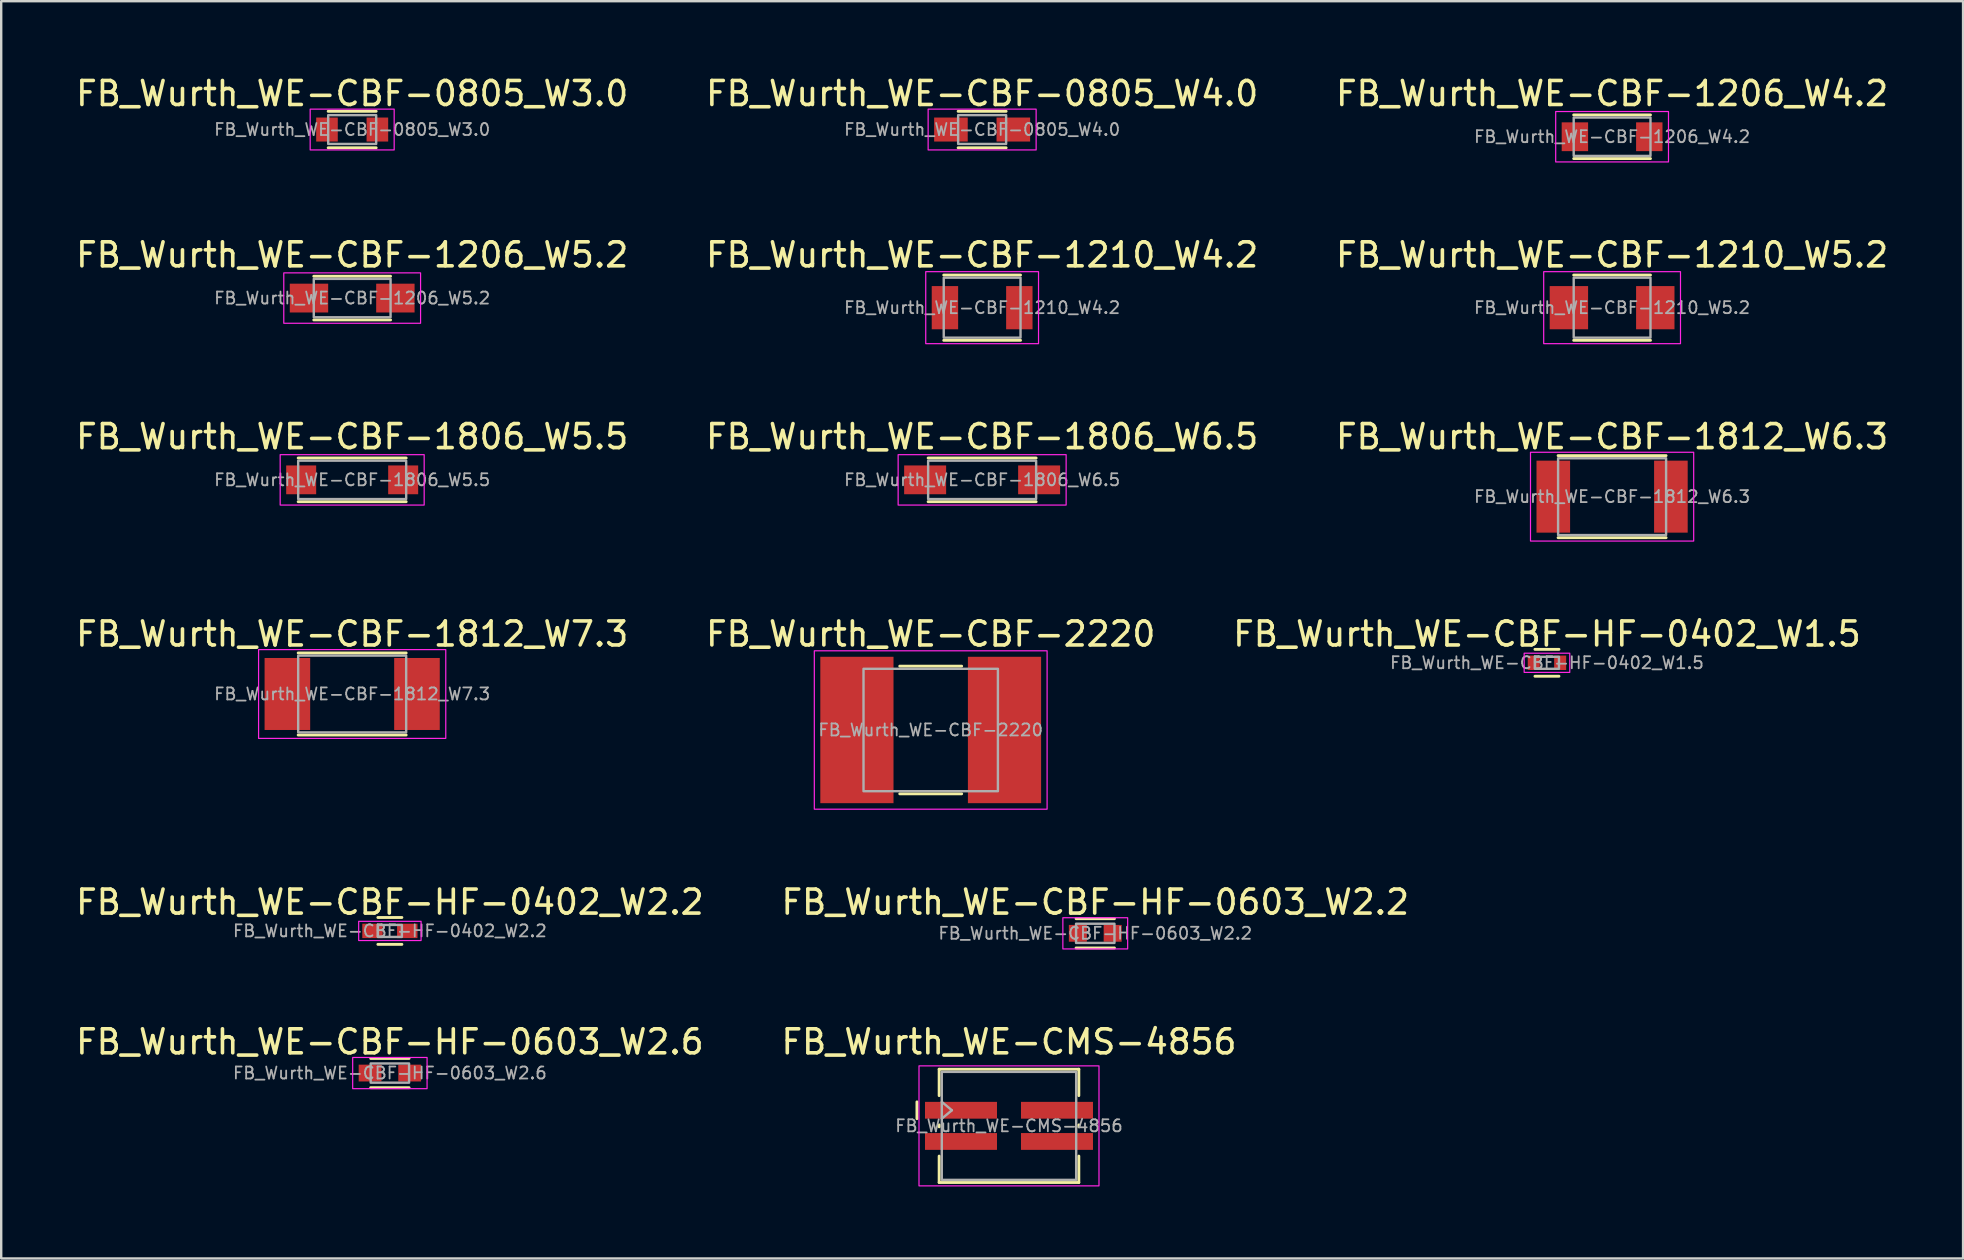
<source format=kicad_pcb>
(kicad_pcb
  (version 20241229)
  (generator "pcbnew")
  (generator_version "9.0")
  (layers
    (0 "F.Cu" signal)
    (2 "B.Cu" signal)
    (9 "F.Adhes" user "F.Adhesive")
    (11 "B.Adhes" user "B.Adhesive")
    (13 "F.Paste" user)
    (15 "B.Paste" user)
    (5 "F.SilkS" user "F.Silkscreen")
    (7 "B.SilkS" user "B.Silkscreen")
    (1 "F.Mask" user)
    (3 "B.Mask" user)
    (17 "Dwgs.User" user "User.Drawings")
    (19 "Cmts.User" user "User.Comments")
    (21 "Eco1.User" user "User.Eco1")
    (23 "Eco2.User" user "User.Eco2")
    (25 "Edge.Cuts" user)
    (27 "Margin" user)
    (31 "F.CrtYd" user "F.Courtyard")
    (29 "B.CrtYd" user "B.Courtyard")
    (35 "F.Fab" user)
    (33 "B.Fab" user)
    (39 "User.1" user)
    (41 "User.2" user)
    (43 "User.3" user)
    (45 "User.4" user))
  (footprint "FB_Wurth_WE-CBF-HF-0402_W2.2"
    (layer "F.Cu")
    (at 13.196 35.741)
    (property "Reference" "FB_Wurth_WE-CBF-HF-0402_W2.2" (at 0 -1.2 0) (unlocked yes) (layer "F.SilkS") (effects (font (size 1 1) (thickness 0.15))))
    (attr smd)
    (fp_line (start -0.5 -0.56) (end 0.5 -0.56) (stroke (width 0.12) (type default)) (layer "F.SilkS"))
    (fp_line (start -0.5 0.56) (end 0.5 0.56) (stroke (width 0.12) (type default)) (layer "F.SilkS"))
    (fp_rect (start -1.3 -0.4) (end 1.3 0.4) (stroke (width 0.05) (type default)) (fill no) (layer "F.CrtYd"))
    (fp_rect (start -0.5 -0.25) (end 0.5 0.25) (stroke (width 0.1) (type default)) (fill no) (layer "F.Fab"))
    (fp_text user "${REFERENCE}" (at 0 0 0) (unlocked yes) (layer "F.Fab") (effects (font (size 0.5 0.5) (thickness 0.075))))
    (pad "1" smd rect (at -0.725 0) (size 0.85 0.6) (layers "F.Cu" "F.Mask" "F.Paste"))
    (pad "2" smd rect (at 0.725 0) (size 0.85 0.6) (layers "F.Cu" "F.Mask" "F.Paste")))
  (footprint "FB_Wurth_WE-CBF-HF-0603_W2.6"
    (layer "F.Cu")
    (at 13.196 41.664)
    (property "Reference" "FB_Wurth_WE-CBF-HF-0603_W2.6" (at 0 -1.3 0) (unlocked yes) (layer "F.SilkS") (effects (font (size 1 1) (thickness 0.15))))
    (attr smd)
    (fp_line (start -0.8 -0.61) (end 0.8 -0.61) (stroke (width 0.12) (type default)) (layer "F.SilkS"))
    (fp_line (start -0.8 0.61) (end 0.8 0.61) (stroke (width 0.12) (type default)) (layer "F.SilkS"))
    (fp_rect (start -1.55 -0.65) (end 1.55 0.65) (stroke (width 0.05) (type default)) (fill no) (layer "F.CrtYd"))
    (fp_rect (start -0.8 -0.4) (end 0.8 0.4) (stroke (width 0.1) (type default)) (fill no) (layer "F.Fab"))
    (fp_text user "${REFERENCE}" (at 0 0 0) (unlocked yes) (layer "F.Fab") (effects (font (size 0.5 0.5) (thickness 0.075))))
    (pad "1" smd rect (at -0.825 0) (size 0.95 0.7) (layers "F.Cu" "F.Mask" "F.Paste"))
    (pad "2" smd rect (at 0.825 0) (size 0.95 0.7) (layers "F.Cu" "F.Mask" "F.Paste")))
  (footprint "FB_Wurth_WE-CBF-HF-0402_W1.5"
    (layer "F.Cu")
    (at 61.411 24.568)
    (property "Reference" "FB_Wurth_WE-CBF-HF-0402_W1.5" (at 0 -1.2 0) (unlocked yes) (layer "F.SilkS") (effects (font (size 1 1) (thickness 0.15))))
    (attr smd)
    (fp_line (start -0.5 -0.56) (end 0.5 -0.56) (stroke (width 0.12) (type default)) (layer "F.SilkS"))
    (fp_line (start -0.5 0.56) (end 0.5 0.56) (stroke (width 0.12) (type default)) (layer "F.SilkS"))
    (fp_rect (start -0.95 -0.4) (end 0.95 0.4) (stroke (width 0.05) (type default)) (fill no) (layer "F.CrtYd"))
    (fp_rect (start -0.5 -0.25) (end 0.5 0.25) (stroke (width 0.1) (type default)) (fill no) (layer "F.Fab"))
    (fp_text user "${REFERENCE}" (at 0 0 0) (unlocked yes) (layer "F.Fab") (effects (font (size 0.5 0.5) (thickness 0.075))))
    (pad "1" smd rect (at -0.55 0) (size 0.5 0.6) (layers "F.Cu" "F.Mask" "F.Paste"))
    (pad "2" smd rect (at 0.55 0) (size 0.5 0.6) (layers "F.Cu" "F.Mask" "F.Paste")))
  (footprint "FB_Wurth_WE-CBF-1206_W5.2"
    (layer "F.Cu")
    (at 11.625 9.371)
    (property "Reference" "FB_Wurth_WE-CBF-1206_W5.2" (at 0 -1.8 0) (unlocked yes) (layer "F.SilkS") (effects (font (size 1 1) (thickness 0.15))))
    (attr smd)
    (fp_line (start -1.6 -0.91) (end 1.6 -0.91) (stroke (width 0.12) (type default)) (layer "F.SilkS"))
    (fp_line (start -1.6 0.91) (end 1.6 0.91) (stroke (width 0.12) (type default)) (layer "F.SilkS"))
    (fp_rect (start -2.85 -1.05) (end 2.85 1.05) (stroke (width 0.05) (type default)) (fill no) (layer "F.CrtYd"))
    (fp_rect (start -1.6 -0.8) (end 1.6 0.8) (stroke (width 0.1) (type default)) (fill no) (layer "F.Fab"))
    (fp_text user "${REFERENCE}" (at 0 0 0) (unlocked yes) (layer "F.Fab") (effects (font (size 0.5 0.5) (thickness 0.075))))
    (pad "1" smd rect (at -1.8 0) (size 1.6 1.2) (layers "F.Cu" "F.Mask" "F.Paste"))
    (pad "2" smd rect (at 1.8 0) (size 1.6 1.2) (layers "F.Cu" "F.Mask" "F.Paste")))
  (footprint "FB_Wurth_WE-CBF-1206_W4.2"
    (layer "F.Cu")
    (at 64.125 2.648)
    (property "Reference" "FB_Wurth_WE-CBF-1206_W4.2" (at 0 -1.8 0) (unlocked yes) (layer "F.SilkS") (effects (font (size 1 1) (thickness 0.15))))
    (attr smd)
    (fp_line (start -1.6 -0.91) (end 1.6 -0.91) (stroke (width 0.12) (type default)) (layer "F.SilkS"))
    (fp_line (start -1.6 0.91) (end 1.6 0.91) (stroke (width 0.12) (type default)) (layer "F.SilkS"))
    (fp_rect (start -2.35 -1.05) (end 2.35 1.05) (stroke (width 0.05) (type default)) (fill no) (layer "F.CrtYd"))
    (fp_rect (start -1.6 -0.8) (end 1.6 0.8) (stroke (width 0.1) (type default)) (fill no) (layer "F.Fab"))
    (fp_text user "${REFERENCE}" (at 0 0 0) (unlocked yes) (layer "F.Fab") (effects (font (size 0.5 0.5) (thickness 0.075))))
    (pad "1" smd rect (at -1.55 0) (size 1.1 1.2) (layers "F.Cu" "F.Mask" "F.Paste"))
    (pad "2" smd rect (at 1.55 0) (size 1.1 1.2) (layers "F.Cu" "F.Mask" "F.Paste")))
  (footprint "FB_Wurth_WE-CBF-1210_W4.2"
    (layer "F.Cu")
    (at 37.875 9.771)
    (property "Reference" "FB_Wurth_WE-CBF-1210_W4.2" (at 0 -2.2 0) (unlocked yes) (layer "F.SilkS") (effects (font (size 1 1) (thickness 0.15))))
    (attr smd)
    (fp_line (start -1.6 -1.36) (end 1.6 -1.36) (stroke (width 0.12) (type default)) (layer "F.SilkS"))
    (fp_line (start -1.6 1.36) (end 1.6 1.36) (stroke (width 0.12) (type default)) (layer "F.SilkS"))
    (fp_rect (start -2.35 -1.5) (end 2.35 1.5) (stroke (width 0.05) (type default)) (fill no) (layer "F.CrtYd"))
    (fp_rect (start -1.6 -1.25) (end 1.6 1.25) (stroke (width 0.1) (type default)) (fill no) (layer "F.Fab"))
    (fp_text user "${REFERENCE}" (at 0 0 0) (unlocked yes) (layer "F.Fab") (effects (font (size 0.5 0.5) (thickness 0.075))))
    (pad "1" smd rect (at -1.55 0) (size 1.1 1.8) (layers "F.Cu" "F.Mask" "F.Paste"))
    (pad "2" smd rect (at 1.55 0) (size 1.1 1.8) (layers "F.Cu" "F.Mask" "F.Paste")))
  (footprint "FB_Wurth_WE-CBF-0805_W3.0"
    (layer "F.Cu")
    (at 11.625 2.348)
    (property "Reference" "FB_Wurth_WE-CBF-0805_W3.0" (at 0 -1.5 0) (unlocked yes) (layer "F.SilkS") (effects (font (size 1 1) (thickness 0.15))))
    (attr smd)
    (fp_line (start -1 -0.76) (end 1 -0.76) (stroke (width 0.12) (type default)) (layer "F.SilkS"))
    (fp_line (start -1 0.76) (end 1 0.76) (stroke (width 0.12) (type default)) (layer "F.SilkS"))
    (fp_rect (start -1.75 -0.85) (end 1.75 0.85) (stroke (width 0.05) (type default)) (fill no) (layer "F.CrtYd"))
    (fp_rect (start -1 -0.6) (end 1 0.6) (stroke (width 0.1) (type default)) (fill no) (layer "F.Fab"))
    (fp_text user "${REFERENCE}" (at 0 0 0) (unlocked yes) (layer "F.Fab") (effects (font (size 0.5 0.5) (thickness 0.075))))
    (pad "1" smd rect (at -1.05 0) (size 0.9 1) (layers "F.Cu" "F.Mask" "F.Paste"))
    (pad "2" smd rect (at 1.05 0) (size 0.9 1) (layers "F.Cu" "F.Mask" "F.Paste")))
  (footprint "FB_Wurth_WE-CBF-1210_W5.2"
    (layer "F.Cu")
    (at 64.125 9.771)
    (property "Reference" "FB_Wurth_WE-CBF-1210_W5.2" (at 0 -2.2 0) (unlocked yes) (layer "F.SilkS") (effects (font (size 1 1) (thickness 0.15))))
    (attr smd)
    (fp_line (start -1.6 -1.36) (end 1.6 -1.36) (stroke (width 0.12) (type default)) (layer "F.SilkS"))
    (fp_line (start -1.6 1.36) (end 1.6 1.36) (stroke (width 0.12) (type default)) (layer "F.SilkS"))
    (fp_rect (start -2.85 -1.5) (end 2.85 1.5) (stroke (width 0.05) (type default)) (fill no) (layer "F.CrtYd"))
    (fp_rect (start -1.6 -1.25) (end 1.6 1.25) (stroke (width 0.1) (type default)) (fill no) (layer "F.Fab"))
    (fp_text user "${REFERENCE}" (at 0 0 0) (unlocked yes) (layer "F.Fab") (effects (font (size 0.5 0.5) (thickness 0.075))))
    (pad "1" smd rect (at -1.8 0) (size 1.6 1.8) (layers "F.Cu" "F.Mask" "F.Paste"))
    (pad "2" smd rect (at 1.8 0) (size 1.6 1.8) (layers "F.Cu" "F.Mask" "F.Paste")))
  (footprint "FB_Wurth_WE-CMS-4856"
    (layer "F.Cu")
    (at 38.994 43.864)
    (property "Reference" "FB_Wurth_WE-CMS-4856" (at 0 -3.5 0) (unlocked yes) (layer "F.SilkS") (effects (font (size 1 1) (thickness 0.15))))
    (attr smd)
    (fp_line (start -3.835 -1) (end -3.835 -0.3) (stroke (width 0.12) (type solid)) (layer "F.SilkS"))
    (fp_line (start -2.91 -2.36) (end -2.91 -1.26) (stroke (width 0.12) (type solid)) (layer "F.SilkS"))
    (fp_line (start -2.91 -2.36) (end 2.91 -2.36) (stroke (width 0.12) (type solid)) (layer "F.SilkS"))
    (fp_line (start -2.91 -0.04) (end -2.91 0.04) (stroke (width 0.12) (type solid)) (layer "F.SilkS"))
    (fp_line (start -2.91 2.36) (end -2.91 1.26) (stroke (width 0.12) (type solid)) (layer "F.SilkS"))
    (fp_line (start -2.91 2.36) (end 2.91 2.36) (stroke (width 0.12) (type solid)) (layer "F.SilkS"))
    (fp_line (start 2.91 -2.36) (end 2.91 -1.26) (stroke (width 0.12) (type solid)) (layer "F.SilkS"))
    (fp_line (start 2.91 -0.04) (end 2.91 0.04) (stroke (width 0.12) (type solid)) (layer "F.SilkS"))
    (fp_line (start 2.91 2.36) (end 2.91 1.26) (stroke (width 0.12) (type solid)) (layer "F.SilkS"))
    (fp_rect (start -3.75 -2.5) (end 3.75 2.5) (stroke (width 0.05) (type solid)) (fill no) (layer "F.CrtYd"))
    (fp_line (start -2.8 -1) (end -2.38 -0.65) (stroke (width 0.1) (type solid)) (layer "F.Fab"))
    (fp_line (start -2.8 -0.3) (end -2.38 -0.65) (stroke (width 0.1) (type solid)) (layer "F.Fab"))
    (fp_rect (start -2.8 -2.25) (end 2.8 2.25) (stroke (width 0.1) (type solid)) (fill no) (layer "F.Fab"))
    (fp_text user "${REFERENCE}" (at 0 0 0) (unlocked yes) (layer "F.Fab") (effects (font (size 0.5 0.5) (thickness 0.075))))
    (pad "1" smd rect (at -2 -0.65) (size 3 0.7) (layers "F.Cu" "F.Mask" "F.Paste"))
    (pad "2" smd rect (at -2 0.65) (size 3 0.7) (layers "F.Cu" "F.Mask" "F.Paste"))
    (pad "3" smd rect (at 2 0.65) (size 3 0.7) (layers "F.Cu" "F.Mask" "F.Paste"))
    (pad "4" smd rect (at 2 -0.65) (size 3 0.7) (layers "F.Cu" "F.Mask" "F.Paste")))
  (footprint "FB_Wurth_WE-CBF-1806_W5.5"
    (layer "F.Cu")
    (at 11.625 16.945)
    (property "Reference" "FB_Wurth_WE-CBF-1806_W5.5" (at 0 -1.8 0) (unlocked yes) (layer "F.SilkS") (effects (font (size 1 1) (thickness 0.15))))
    (attr smd)
    (fp_line (start -2.25 -0.91) (end 2.25 -0.91) (stroke (width 0.12) (type default)) (layer "F.SilkS"))
    (fp_line (start -2.25 0.91) (end 2.25 0.91) (stroke (width 0.12) (type default)) (layer "F.SilkS"))
    (fp_rect (start -3 -1.05) (end 3 1.05) (stroke (width 0.05) (type default)) (fill no) (layer "F.CrtYd"))
    (fp_rect (start -2.25 -0.8) (end 2.25 0.8) (stroke (width 0.1) (type default)) (fill no) (layer "F.Fab"))
    (fp_text user "${REFERENCE}" (at 0 0 0) (unlocked yes) (layer "F.Fab") (effects (font (size 0.5 0.5) (thickness 0.075))))
    (pad "1" smd rect (at -2.125 0) (size 1.25 1.2) (layers "F.Cu" "F.Mask" "F.Paste"))
    (pad "2" smd rect (at 2.125 0) (size 1.25 1.2) (layers "F.Cu" "F.Mask" "F.Paste")))
  (footprint "FB_Wurth_WE-CBF-1806_W6.5"
    (layer "F.Cu")
    (at 37.875 16.945)
    (property "Reference" "FB_Wurth_WE-CBF-1806_W6.5" (at 0 -1.8 0) (unlocked yes) (layer "F.SilkS") (effects (font (size 1 1) (thickness 0.15))))
    (attr smd)
    (fp_line (start -2.25 -0.91) (end 2.25 -0.91) (stroke (width 0.12) (type default)) (layer "F.SilkS"))
    (fp_line (start -2.25 0.91) (end 2.25 0.91) (stroke (width 0.12) (type default)) (layer "F.SilkS"))
    (fp_rect (start -3.5 -1.05) (end 3.5 1.05) (stroke (width 0.05) (type default)) (fill no) (layer "F.CrtYd"))
    (fp_rect (start -2.25 -0.8) (end 2.25 0.8) (stroke (width 0.1) (type default)) (fill no) (layer "F.Fab"))
    (fp_text user "${REFERENCE}" (at 0 0 0) (unlocked yes) (layer "F.Fab") (effects (font (size 0.5 0.5) (thickness 0.075))))
    (pad "1" smd rect (at -2.375 0) (size 1.75 1.2) (layers "F.Cu" "F.Mask" "F.Paste"))
    (pad "2" smd rect (at 2.375 0) (size 1.75 1.2) (layers "F.Cu" "F.Mask" "F.Paste")))
  (footprint "FB_Wurth_WE-CBF-0805_W4.0"
    (layer "F.Cu")
    (at 37.875 2.348)
    (property "Reference" "FB_Wurth_WE-CBF-0805_W4.0" (at 0 -1.5 0) (unlocked yes) (layer "F.SilkS") (effects (font (size 1 1) (thickness 0.15))))
    (attr smd)
    (fp_line (start -1 -0.76) (end 1 -0.76) (stroke (width 0.12) (type default)) (layer "F.SilkS"))
    (fp_line (start -1 0.76) (end 1 0.76) (stroke (width 0.12) (type default)) (layer "F.SilkS"))
    (fp_rect (start -2.25 -0.85) (end 2.25 0.85) (stroke (width 0.05) (type default)) (fill no) (layer "F.CrtYd"))
    (fp_rect (start -1 -0.6) (end 1 0.6) (stroke (width 0.1) (type default)) (fill no) (layer "F.Fab"))
    (fp_text user "${REFERENCE}" (at 0 0 0) (unlocked yes) (layer "F.Fab") (effects (font (size 0.5 0.5) (thickness 0.075))))
    (pad "1" smd rect (at -1.3 0) (size 1.4 1) (layers "F.Cu" "F.Mask" "F.Paste"))
    (pad "2" smd rect (at 1.3 0) (size 1.4 1) (layers "F.Cu" "F.Mask" "F.Paste")))
  (footprint "FB_Wurth_WE-CBF-1812_W6.3"
    (layer "F.Cu")
    (at 64.125 17.645)
    (property "Reference" "FB_Wurth_WE-CBF-1812_W6.3" (at 0 -2.5 0) (unlocked yes) (layer "F.SilkS") (effects (font (size 1 1) (thickness 0.15))))
    (attr smd)
    (fp_line (start -2.25 -1.71) (end 2.25 -1.71) (stroke (width 0.12) (type default)) (layer "F.SilkS"))
    (fp_line (start -2.25 1.71) (end 2.25 1.71) (stroke (width 0.12) (type default)) (layer "F.SilkS"))
    (fp_rect (start -3.4 -1.85) (end 3.4 1.85) (stroke (width 0.05) (type default)) (fill no) (layer "F.CrtYd"))
    (fp_rect (start -2.25 -1.6) (end 2.25 1.6) (stroke (width 0.1) (type default)) (fill no) (layer "F.Fab"))
    (fp_text user "${REFERENCE}" (at 0 0 0) (unlocked yes) (layer "F.Fab") (effects (font (size 0.5 0.5) (thickness 0.075))))
    (pad "1" smd rect (at -2.45 0) (size 1.4 3) (layers "F.Cu" "F.Mask" "F.Paste"))
    (pad "2" smd rect (at 2.45 0) (size 1.4 3) (layers "F.Cu" "F.Mask" "F.Paste")))
  (footprint "FB_Wurth_WE-CBF-1812_W7.3"
    (layer "F.Cu")
    (at 11.625 25.868)
    (property "Reference" "FB_Wurth_WE-CBF-1812_W7.3" (at 0 -2.5 0) (unlocked yes) (layer "F.SilkS") (effects (font (size 1 1) (thickness 0.15))))
    (attr smd)
    (fp_line (start -2.25 -1.71) (end 2.25 -1.71) (stroke (width 0.12) (type default)) (layer "F.SilkS"))
    (fp_line (start -2.25 1.71) (end 2.25 1.71) (stroke (width 0.12) (type default)) (layer "F.SilkS"))
    (fp_rect (start -3.9 -1.85) (end 3.9 1.85) (stroke (width 0.05) (type default)) (fill no) (layer "F.CrtYd"))
    (fp_rect (start -2.25 -1.6) (end 2.25 1.6) (stroke (width 0.1) (type default)) (fill no) (layer "F.Fab"))
    (fp_text user "${REFERENCE}" (at 0 0 0) (unlocked yes) (layer "F.Fab") (effects (font (size 0.5 0.5) (thickness 0.075))))
    (pad "1" smd rect (at -2.7 0) (size 1.9 3) (layers "F.Cu" "F.Mask" "F.Paste"))
    (pad "2" smd rect (at 2.7 0) (size 1.9 3) (layers "F.Cu" "F.Mask" "F.Paste")))
  (footprint "FB_Wurth_WE-CBF-2220"
    (layer "F.Cu")
    (at 35.732 27.368)
    (property "Reference" "FB_Wurth_WE-CBF-2220" (at 0 -4 0) (unlocked yes) (layer "F.SilkS") (effects (font (size 1 1) (thickness 0.15))))
    (attr smd)
    (fp_line (start -1.29 -2.66) (end 1.29 -2.66) (stroke (width 0.12) (type default)) (layer "F.SilkS"))
    (fp_line (start -1.29 2.66) (end 1.29 2.66) (stroke (width 0.12) (type default)) (layer "F.SilkS"))
    (fp_rect (start -4.85 -3.3) (end 4.85 3.3) (stroke (width 0.05) (type default)) (fill no) (layer "F.CrtYd"))
    (fp_rect (start -2.8 -2.55) (end 2.8 2.55) (stroke (width 0.1) (type default)) (fill no) (layer "F.Fab"))
    (fp_text user "${REFERENCE}" (at 0 0 0) (unlocked yes) (layer "F.Fab") (effects (font (size 0.5 0.5) (thickness 0.075))))
    (pad "1" smd rect (at -3.075 0) (size 3.05 6.1) (layers "F.Cu" "F.Mask" "F.Paste"))
    (pad "2" smd rect (at 3.075 0) (size 3.05 6.1) (layers "F.Cu" "F.Mask" "F.Paste")))
  (footprint "FB_Wurth_WE-CBF-HF-0603_W2.2"
    (layer "F.Cu")
    (at 42.589 35.841)
    (property "Reference" "FB_Wurth_WE-CBF-HF-0603_W2.2" (at 0 -1.3 0) (unlocked yes) (layer "F.SilkS") (effects (font (size 1 1) (thickness 0.15))))
    (attr smd)
    (fp_line (start -0.8 -0.61) (end 0.8 -0.61) (stroke (width 0.12) (type default)) (layer "F.SilkS"))
    (fp_line (start -0.8 0.61) (end 0.8 0.61) (stroke (width 0.12) (type default)) (layer "F.SilkS"))
    (fp_rect (start -1.35 -0.65) (end 1.35 0.65) (stroke (width 0.05) (type default)) (fill no) (layer "F.CrtYd"))
    (fp_rect (start -0.8 -0.4) (end 0.8 0.4) (stroke (width 0.1) (type default)) (fill no) (layer "F.Fab"))
    (fp_text user "${REFERENCE}" (at 0 0 0) (unlocked yes) (layer "F.Fab") (effects (font (size 0.5 0.5) (thickness 0.075))))
    (pad "1" smd rect (at -0.725 0) (size 0.75 0.7) (layers "F.Cu" "F.Mask" "F.Paste"))
    (pad "2" smd rect (at 0.725 0) (size 0.75 0.7) (layers "F.Cu" "F.Mask" "F.Paste")))
  (gr_rect
    (start -3 -3)
    (end 78.75 49.389)
    (stroke (width 0.1) (type default))
    (fill no)
    (layer "Edge.Cuts")))
</source>
